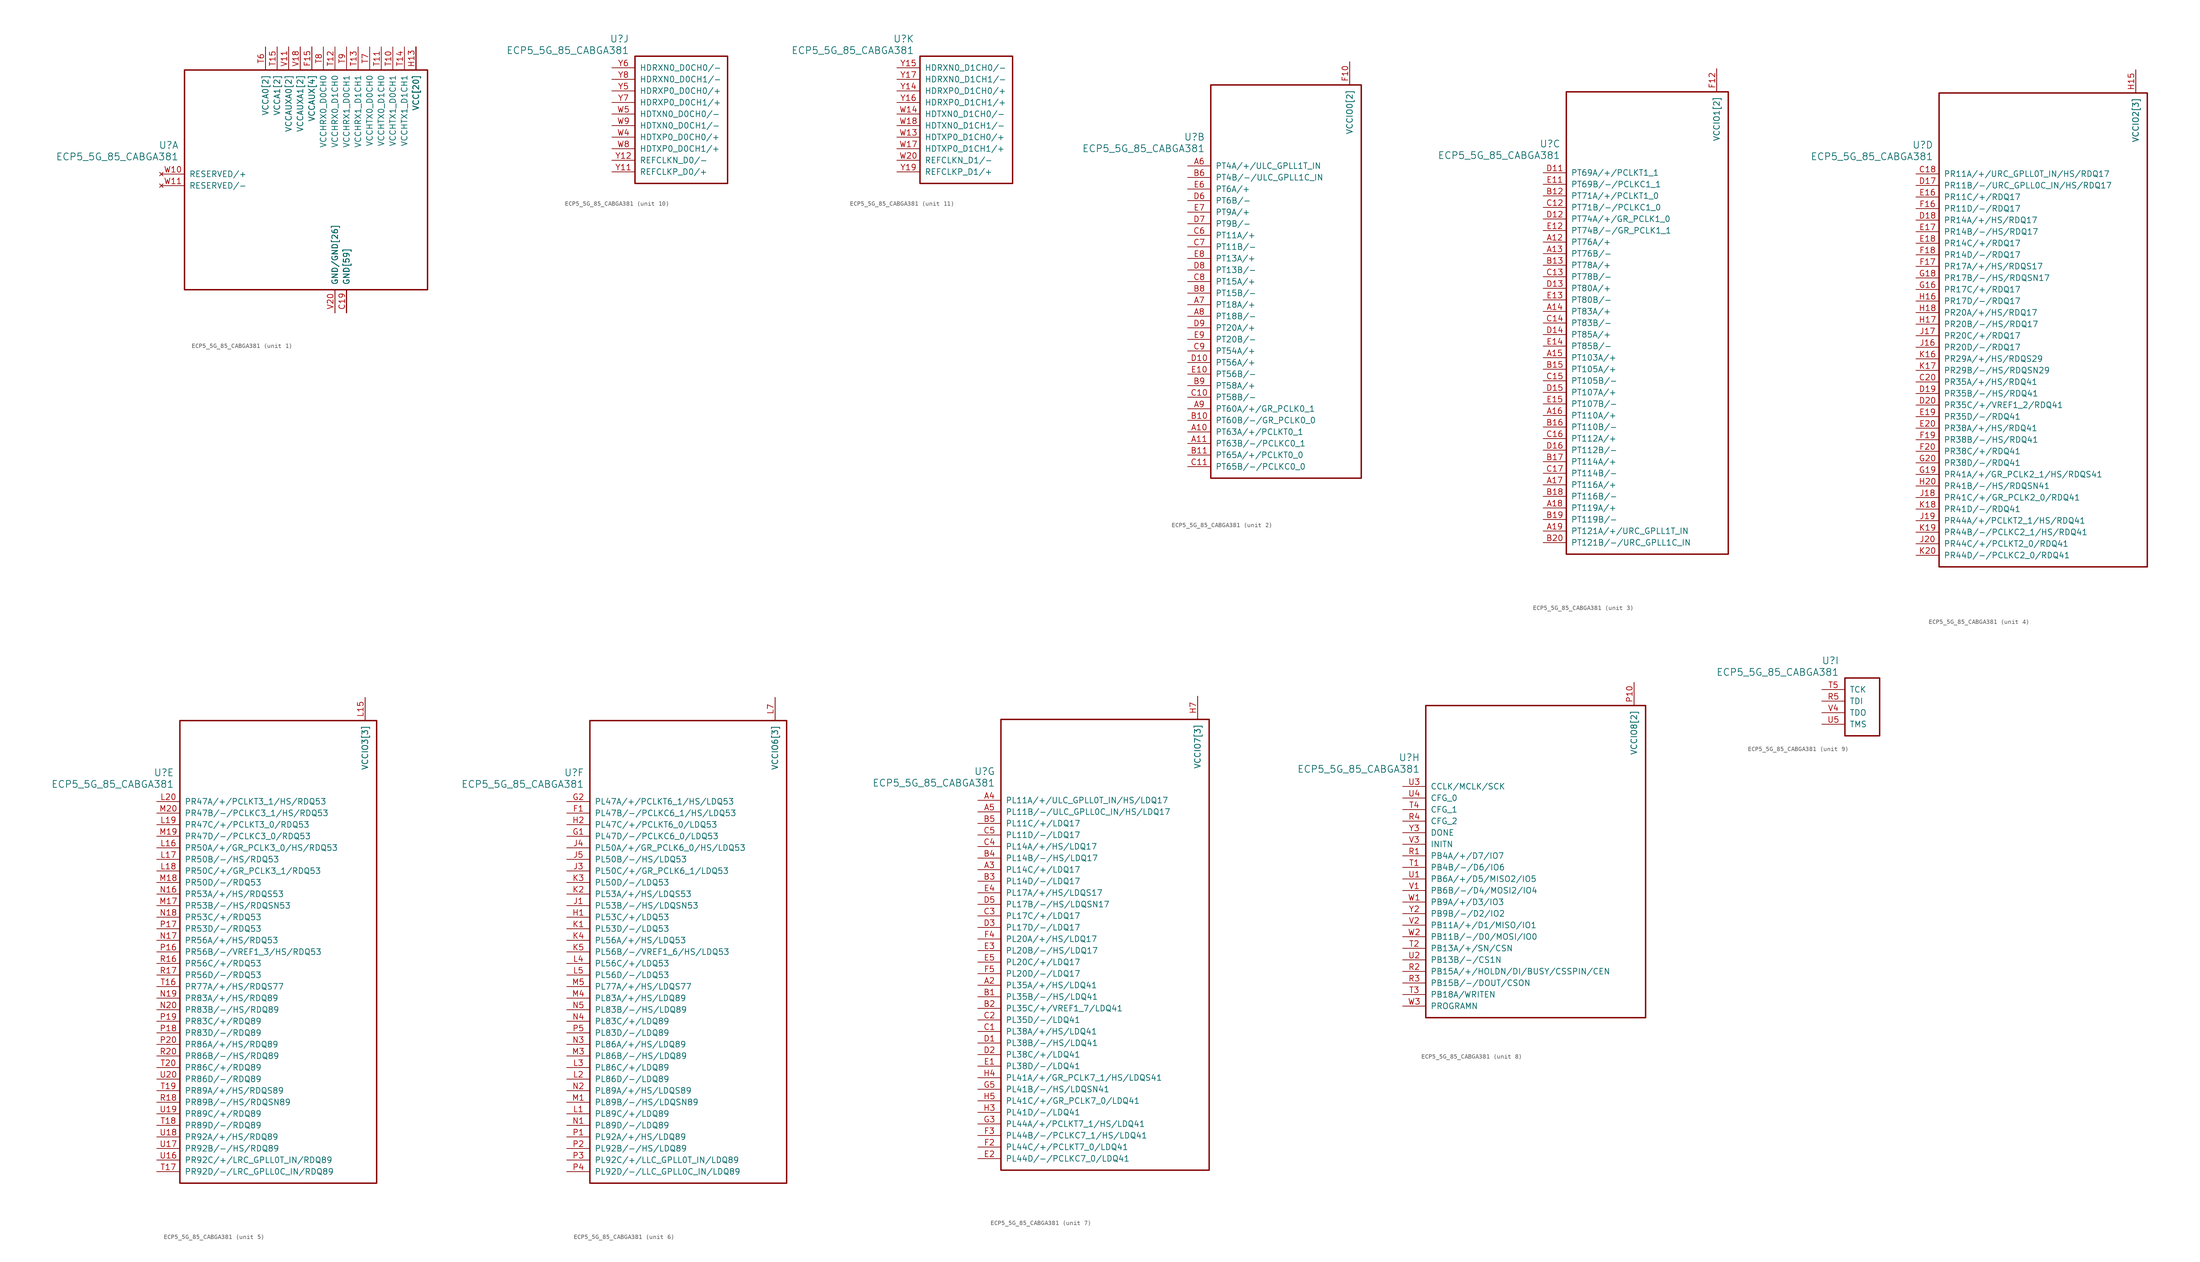
<source format=kicad_sym>
(kicad_symbol_lib
  (version 20231120)
  (generator "kicad_symbol_editor")
  (generator_version "8.0")
  (symbol "ECP5_5G_85_CABGA381"
    (pin_names
      (offset 1.016))
    (property "Reference" "U"
      (at 3.81 6.35 0)
      (effects (font (size 1.524 1.524)) (justify right)))
    (property "Value" "ECP5_5G_85_CABGA381"
      (at 3.81 3.81 0)
      (effects (font (size 1.524 1.524)) (justify right)))
    (property "ki_locked" ""
      (at 0 0 0)
      (effects (font (size 1.27 1.27))))
    (symbol "ECP5_5G_85_CABGA381_1_1"
      (rectangle (start 5.08 22.86) (end 58.42 -25.4) (stroke (width 0.305) (type default)) (fill (type none)))
      (pin power_in line (at 40.64 -30.48 90) (length 5.08) (name "GND[59]" (effects (font (size 1.27 1.27)))) (number "B14" (effects (font (size 0 0)))))
      (pin power_in line (at 40.64 -30.48 90) (length 5.08) (name "GND[59]" (effects (font (size 1.27 1.27)))) (number "B7" (effects (font (size 0 0)))))
      (pin power_in line (at 40.64 -30.48 90) (length 5.08) (name "GND[59]" (effects (font (size 1.27 1.27)))) (number "C19" (effects (font (size 1.27 1.27)))))
      (pin power_in line (at 40.64 -30.48 90) (length 5.08) (name "GND[59]" (effects (font (size 1.27 1.27)))) (number "D4" (effects (font (size 0 0)))))
      (pin power_in line (at 40.64 -30.48 90) (length 5.08) (name "GND[59]" (effects (font (size 1.27 1.27)))) (number "F13" (effects (font (size 0 0)))))
      (pin power_in line (at 40.64 -30.48 90) (length 5.08) (name "GND[59]" (effects (font (size 1.27 1.27)))) (number "F14" (effects (font (size 0 0)))))
      (pin power_in line (at 33.02 27.94 270) (length 5.08) (name "VCCAUX[4]" (effects (font (size 1.27 1.27)))) (number "F15" (effects (font (size 1.27 1.27)))))
      (pin power_in line (at 33.02 27.94 270) (length 5.08) (name "VCCAUX[4]" (effects (font (size 1.27 1.27)))) (number "F6" (effects (font (size 0 0)))))
      (pin power_in line (at 40.64 -30.48 90) (length 5.08) (name "GND[59]" (effects (font (size 1.27 1.27)))) (number "F7" (effects (font (size 0 0)))))
      (pin power_in line (at 40.64 -30.48 90) (length 5.08) (name "GND[59]" (effects (font (size 1.27 1.27)))) (number "F8" (effects (font (size 0 0)))))
      (pin power_in line (at 40.64 -30.48 90) (length 5.08) (name "GND[59]" (effects (font (size 1.27 1.27)))) (number "G10" (effects (font (size 0 0)))))
      (pin power_in line (at 40.64 -30.48 90) (length 5.08) (name "GND[59]" (effects (font (size 1.27 1.27)))) (number "G11" (effects (font (size 0 0)))))
      (pin power_in line (at 40.64 -30.48 90) (length 5.08) (name "GND[59]" (effects (font (size 1.27 1.27)))) (number "G12" (effects (font (size 0 0)))))
      (pin power_in line (at 40.64 -30.48 90) (length 5.08) (name "GND[59]" (effects (font (size 1.27 1.27)))) (number "G13" (effects (font (size 0 0)))))
      (pin power_in line (at 40.64 -30.48 90) (length 5.08) (name "GND[59]" (effects (font (size 1.27 1.27)))) (number "G14" (effects (font (size 0 0)))))
      (pin power_in line (at 40.64 -30.48 90) (length 5.08) (name "GND[59]" (effects (font (size 1.27 1.27)))) (number "G15" (effects (font (size 0 0)))))
      (pin power_in line (at 40.64 -30.48 90) (length 5.08) (name "GND[59]" (effects (font (size 1.27 1.27)))) (number "G17" (effects (font (size 0 0)))))
      (pin power_in line (at 40.64 -30.48 90) (length 5.08) (name "GND[59]" (effects (font (size 1.27 1.27)))) (number "G4" (effects (font (size 0 0)))))
      (pin power_in line (at 40.64 -30.48 90) (length 5.08) (name "GND[59]" (effects (font (size 1.27 1.27)))) (number "G6" (effects (font (size 0 0)))))
      (pin power_in line (at 40.64 -30.48 90) (length 5.08) (name "GND[59]" (effects (font (size 1.27 1.27)))) (number "G7" (effects (font (size 0 0)))))
      (pin power_in line (at 40.64 -30.48 90) (length 5.08) (name "GND[59]" (effects (font (size 1.27 1.27)))) (number "G8" (effects (font (size 0 0)))))
      (pin power_in line (at 40.64 -30.48 90) (length 5.08) (name "GND[59]" (effects (font (size 1.27 1.27)))) (number "G9" (effects (font (size 0 0)))))
      (pin power_in line (at 55.88 27.94 270) (length 5.08) (name "VCC[20]" (effects (font (size 1.27 1.27)))) (number "H10" (effects (font (size 0 0)))))
      (pin power_in line (at 55.88 27.94 270) (length 5.08) (name "VCC[20]" (effects (font (size 1.27 1.27)))) (number "H11" (effects (font (size 0 0)))))
      (pin power_in line (at 55.88 27.94 270) (length 5.08) (name "VCC[20]" (effects (font (size 1.27 1.27)))) (number "H12" (effects (font (size 0 0)))))
      (pin power_in line (at 55.88 27.94 270) (length 5.08) (name "VCC[20]" (effects (font (size 1.27 1.27)))) (number "H13" (effects (font (size 1.27 1.27)))))
      (pin power_in line (at 40.64 -30.48 90) (length 5.08) (name "GND[59]" (effects (font (size 1.27 1.27)))) (number "H19" (effects (font (size 0 0)))))
      (pin power_in line (at 55.88 27.94 270) (length 5.08) (name "VCC[20]" (effects (font (size 1.27 1.27)))) (number "H8" (effects (font (size 0 0)))))
      (pin power_in line (at 55.88 27.94 270) (length 5.08) (name "VCC[20]" (effects (font (size 1.27 1.27)))) (number "H9" (effects (font (size 0 0)))))
      (pin power_in line (at 40.64 -30.48 90) (length 5.08) (name "GND[59]" (effects (font (size 1.27 1.27)))) (number "J10" (effects (font (size 0 0)))))
      (pin power_in line (at 40.64 -30.48 90) (length 5.08) (name "GND[59]" (effects (font (size 1.27 1.27)))) (number "J11" (effects (font (size 0 0)))))
      (pin power_in line (at 40.64 -30.48 90) (length 5.08) (name "GND[59]" (effects (font (size 1.27 1.27)))) (number "J12" (effects (font (size 0 0)))))
      (pin power_in line (at 55.88 27.94 270) (length 5.08) (name "VCC[20]" (effects (font (size 1.27 1.27)))) (number "J13" (effects (font (size 0 0)))))
      (pin power_in line (at 40.64 -30.48 90) (length 5.08) (name "GND[59]" (effects (font (size 1.27 1.27)))) (number "J14" (effects (font (size 0 0)))))
      (pin power_in line (at 40.64 -30.48 90) (length 5.08) (name "GND[59]" (effects (font (size 1.27 1.27)))) (number "J2" (effects (font (size 0 0)))))
      (pin power_in line (at 40.64 -30.48 90) (length 5.08) (name "GND[59]" (effects (font (size 1.27 1.27)))) (number "J7" (effects (font (size 0 0)))))
      (pin power_in line (at 55.88 27.94 270) (length 5.08) (name "VCC[20]" (effects (font (size 1.27 1.27)))) (number "J8" (effects (font (size 0 0)))))
      (pin power_in line (at 40.64 -30.48 90) (length 5.08) (name "GND[59]" (effects (font (size 1.27 1.27)))) (number "J9" (effects (font (size 0 0)))))
      (pin power_in line (at 40.64 -30.48 90) (length 5.08) (name "GND[59]" (effects (font (size 1.27 1.27)))) (number "K10" (effects (font (size 0 0)))))
      (pin power_in line (at 40.64 -30.48 90) (length 5.08) (name "GND[59]" (effects (font (size 1.27 1.27)))) (number "K11" (effects (font (size 0 0)))))
      (pin power_in line (at 40.64 -30.48 90) (length 5.08) (name "GND[59]" (effects (font (size 1.27 1.27)))) (number "K12" (effects (font (size 0 0)))))
      (pin power_in line (at 55.88 27.94 270) (length 5.08) (name "VCC[20]" (effects (font (size 1.27 1.27)))) (number "K13" (effects (font (size 0 0)))))
      (pin power_in line (at 40.64 -30.48 90) (length 5.08) (name "GND[59]" (effects (font (size 1.27 1.27)))) (number "K14" (effects (font (size 0 0)))))
      (pin power_in line (at 40.64 -30.48 90) (length 5.08) (name "GND[59]" (effects (font (size 1.27 1.27)))) (number "K15" (effects (font (size 0 0)))))
      (pin power_in line (at 40.64 -30.48 90) (length 5.08) (name "GND[59]" (effects (font (size 1.27 1.27)))) (number "K6" (effects (font (size 0 0)))))
      (pin power_in line (at 40.64 -30.48 90) (length 5.08) (name "GND[59]" (effects (font (size 1.27 1.27)))) (number "K7" (effects (font (size 0 0)))))
      (pin power_in line (at 55.88 27.94 270) (length 5.08) (name "VCC[20]" (effects (font (size 1.27 1.27)))) (number "K8" (effects (font (size 0 0)))))
      (pin power_in line (at 40.64 -30.48 90) (length 5.08) (name "GND[59]" (effects (font (size 1.27 1.27)))) (number "K9" (effects (font (size 0 0)))))
      (pin power_in line (at 40.64 -30.48 90) (length 5.08) (name "GND[59]" (effects (font (size 1.27 1.27)))) (number "L10" (effects (font (size 0 0)))))
      (pin power_in line (at 40.64 -30.48 90) (length 5.08) (name "GND[59]" (effects (font (size 1.27 1.27)))) (number "L11" (effects (font (size 0 0)))))
      (pin power_in line (at 40.64 -30.48 90) (length 5.08) (name "GND[59]" (effects (font (size 1.27 1.27)))) (number "L12" (effects (font (size 0 0)))))
      (pin power_in line (at 55.88 27.94 270) (length 5.08) (name "VCC[20]" (effects (font (size 1.27 1.27)))) (number "L13" (effects (font (size 0 0)))))
      (pin power_in line (at 55.88 27.94 270) (length 5.08) (name "VCC[20]" (effects (font (size 1.27 1.27)))) (number "L8" (effects (font (size 0 0)))))
      (pin power_in line (at 40.64 -30.48 90) (length 5.08) (name "GND[59]" (effects (font (size 1.27 1.27)))) (number "L9" (effects (font (size 0 0)))))
      (pin power_in line (at 40.64 -30.48 90) (length 5.08) (name "GND[59]" (effects (font (size 1.27 1.27)))) (number "M10" (effects (font (size 0 0)))))
      (pin power_in line (at 40.64 -30.48 90) (length 5.08) (name "GND[59]" (effects (font (size 1.27 1.27)))) (number "M11" (effects (font (size 0 0)))))
      (pin power_in line (at 40.64 -30.48 90) (length 5.08) (name "GND[59]" (effects (font (size 1.27 1.27)))) (number "M12" (effects (font (size 0 0)))))
      (pin power_in line (at 55.88 27.94 270) (length 5.08) (name "VCC[20]" (effects (font (size 1.27 1.27)))) (number "M13" (effects (font (size 0 0)))))
      (pin power_in line (at 40.64 -30.48 90) (length 5.08) (name "GND[59]" (effects (font (size 1.27 1.27)))) (number "M14" (effects (font (size 0 0)))))
      (pin power_in line (at 40.64 -30.48 90) (length 5.08) (name "GND[59]" (effects (font (size 1.27 1.27)))) (number "M16" (effects (font (size 0 0)))))
      (pin power_in line (at 40.64 -30.48 90) (length 5.08) (name "GND[59]" (effects (font (size 1.27 1.27)))) (number "M2" (effects (font (size 0 0)))))
      (pin power_in line (at 40.64 -30.48 90) (length 5.08) (name "GND[59]" (effects (font (size 1.27 1.27)))) (number "M7" (effects (font (size 0 0)))))
      (pin power_in line (at 55.88 27.94 270) (length 5.08) (name "VCC[20]" (effects (font (size 1.27 1.27)))) (number "M8" (effects (font (size 0 0)))))
      (pin power_in line (at 40.64 -30.48 90) (length 5.08) (name "GND[59]" (effects (font (size 1.27 1.27)))) (number "M9" (effects (font (size 0 0)))))
      (pin power_in line (at 55.88 27.94 270) (length 5.08) (name "VCC[20]" (effects (font (size 1.27 1.27)))) (number "N10" (effects (font (size 0 0)))))
      (pin power_in line (at 55.88 27.94 270) (length 5.08) (name "VCC[20]" (effects (font (size 1.27 1.27)))) (number "N11" (effects (font (size 0 0)))))
      (pin power_in line (at 55.88 27.94 270) (length 5.08) (name "VCC[20]" (effects (font (size 1.27 1.27)))) (number "N12" (effects (font (size 0 0)))))
      (pin power_in line (at 55.88 27.94 270) (length 5.08) (name "VCC[20]" (effects (font (size 1.27 1.27)))) (number "N13" (effects (font (size 0 0)))))
      (pin power_in line (at 40.64 -30.48 90) (length 5.08) (name "GND[59]" (effects (font (size 1.27 1.27)))) (number "N14" (effects (font (size 0 0)))))
      (pin power_in line (at 40.64 -30.48 90) (length 5.08) (name "GND[59]" (effects (font (size 1.27 1.27)))) (number "N15" (effects (font (size 0 0)))))
      (pin power_in line (at 40.64 -30.48 90) (length 5.08) (name "GND[59]" (effects (font (size 1.27 1.27)))) (number "N6" (effects (font (size 0 0)))))
      (pin power_in line (at 40.64 -30.48 90) (length 5.08) (name "GND[59]" (effects (font (size 1.27 1.27)))) (number "N7" (effects (font (size 0 0)))))
      (pin power_in line (at 55.88 27.94 270) (length 5.08) (name "VCC[20]" (effects (font (size 1.27 1.27)))) (number "N8" (effects (font (size 0 0)))))
      (pin power_in line (at 55.88 27.94 270) (length 5.08) (name "VCC[20]" (effects (font (size 1.27 1.27)))) (number "N9" (effects (font (size 0 0)))))
      (pin power_in line (at 40.64 -30.48 90) (length 5.08) (name "GND[59]" (effects (font (size 1.27 1.27)))) (number "P11" (effects (font (size 0 0)))))
      (pin power_in line (at 40.64 -30.48 90) (length 5.08) (name "GND[59]" (effects (font (size 1.27 1.27)))) (number "P12" (effects (font (size 0 0)))))
      (pin power_in line (at 40.64 -30.48 90) (length 5.08) (name "GND[59]" (effects (font (size 1.27 1.27)))) (number "P13" (effects (font (size 0 0)))))
      (pin power_in line (at 40.64 -30.48 90) (length 5.08) (name "GND[59]" (effects (font (size 1.27 1.27)))) (number "P14" (effects (font (size 0 0)))))
      (pin power_in line (at 33.02 27.94 270) (length 5.08) (name "VCCAUX[4]" (effects (font (size 1.27 1.27)))) (number "P15" (effects (font (size 0 0)))))
      (pin power_in line (at 33.02 27.94 270) (length 5.08) (name "VCCAUX[4]" (effects (font (size 1.27 1.27)))) (number "P6" (effects (font (size 0 0)))))
      (pin power_in line (at 40.64 -30.48 90) (length 5.08) (name "GND[59]" (effects (font (size 1.27 1.27)))) (number "P7" (effects (font (size 0 0)))))
      (pin power_in line (at 40.64 -30.48 90) (length 5.08) (name "GND[59]" (effects (font (size 1.27 1.27)))) (number "P8" (effects (font (size 0 0)))))
      (pin power_in line (at 40.64 -30.48 90) (length 5.08) (name "GND[59]" (effects (font (size 1.27 1.27)))) (number "R19" (effects (font (size 0 0)))))
      (pin power_in line (at 50.8 27.94 270) (length 5.08) (name "VCCHTX1_D0CH1" (effects (font (size 1.27 1.27)))) (number "T10" (effects (font (size 1.27 1.27)))))
      (pin power_in line (at 48.26 27.94 270) (length 5.08) (name "VCCHTX0_D1CH0" (effects (font (size 1.27 1.27)))) (number "T11" (effects (font (size 1.27 1.27)))))
      (pin power_in line (at 38.1 27.94 270) (length 5.08) (name "VCCHRX0_D1CH0" (effects (font (size 1.27 1.27)))) (number "T12" (effects (font (size 1.27 1.27)))))
      (pin power_in line (at 43.18 27.94 270) (length 5.08) (name "VCCHRX1_D1CH1" (effects (font (size 1.27 1.27)))) (number "T13" (effects (font (size 1.27 1.27)))))
      (pin power_in line (at 53.34 27.94 270) (length 5.08) (name "VCCHTX1_D1CH1" (effects (font (size 1.27 1.27)))) (number "T14" (effects (font (size 1.27 1.27)))))
      (pin power_in line (at 25.4 27.94 270) (length 5.08) (name "VCCA1[2]" (effects (font (size 1.27 1.27)))) (number "T15" (effects (font (size 1.27 1.27)))))
      (pin power_in line (at 22.86 27.94 270) (length 5.08) (name "VCCA0[2]" (effects (font (size 1.27 1.27)))) (number "T6" (effects (font (size 1.27 1.27)))))
      (pin power_in line (at 45.72 27.94 270) (length 5.08) (name "VCCHTX0_D0CH0" (effects (font (size 1.27 1.27)))) (number "T7" (effects (font (size 1.27 1.27)))))
      (pin power_in line (at 35.56 27.94 270) (length 5.08) (name "VCCHRX0_D0CH0" (effects (font (size 1.27 1.27)))) (number "T8" (effects (font (size 1.27 1.27)))))
      (pin power_in line (at 40.64 27.94 270) (length 5.08) (name "VCCHRX1_D0CH1" (effects (font (size 1.27 1.27)))) (number "T9" (effects (font (size 1.27 1.27)))))
      (pin power_in line (at 38.1 -30.48 90) (length 5.08) (name "GND/GND[26]" (effects (font (size 1.27 1.27)))) (number "U10" (effects (font (size 0 0)))))
      (pin power_in line (at 38.1 -30.48 90) (length 5.08) (name "GND/GND[26]" (effects (font (size 1.27 1.27)))) (number "U11" (effects (font (size 0 0)))))
      (pin power_in line (at 38.1 -30.48 90) (length 5.08) (name "GND/GND[26]" (effects (font (size 1.27 1.27)))) (number "U12" (effects (font (size 0 0)))))
      (pin power_in line (at 38.1 -30.48 90) (length 5.08) (name "GND/GND[26]" (effects (font (size 1.27 1.27)))) (number "U13" (effects (font (size 0 0)))))
      (pin power_in line (at 38.1 -30.48 90) (length 5.08) (name "GND/GND[26]" (effects (font (size 1.27 1.27)))) (number "U14" (effects (font (size 0 0)))))
      (pin power_in line (at 25.4 27.94 270) (length 5.08) (name "VCCA1[2]" (effects (font (size 1.27 1.27)))) (number "U15" (effects (font (size 0 0)))))
      (pin power_in line (at 22.86 27.94 270) (length 5.08) (name "VCCA0[2]" (effects (font (size 1.27 1.27)))) (number "U6" (effects (font (size 0 0)))))
      (pin power_in line (at 38.1 -30.48 90) (length 5.08) (name "GND/GND[26]" (effects (font (size 1.27 1.27)))) (number "U7" (effects (font (size 0 0)))))
      (pin power_in line (at 38.1 -30.48 90) (length 5.08) (name "GND/GND[26]" (effects (font (size 1.27 1.27)))) (number "U8" (effects (font (size 0 0)))))
      (pin power_in line (at 38.1 -30.48 90) (length 5.08) (name "GND/GND[26]" (effects (font (size 1.27 1.27)))) (number "U9" (effects (font (size 0 0)))))
      (pin power_in line (at 27.94 27.94 270) (length 5.08) (name "VCCAUXA0[2]" (effects (font (size 1.27 1.27)))) (number "V10" (effects (font (size 0 0)))))
      (pin power_in line (at 27.94 27.94 270) (length 5.08) (name "VCCAUXA0[2]" (effects (font (size 1.27 1.27)))) (number "V11" (effects (font (size 1.27 1.27)))))
      (pin power_in line (at 38.1 -30.48 90) (length 5.08) (name "GND/GND[26]" (effects (font (size 1.27 1.27)))) (number "V12" (effects (font (size 0 0)))))
      (pin power_in line (at 38.1 -30.48 90) (length 5.08) (name "GND/GND[26]" (effects (font (size 1.27 1.27)))) (number "V13" (effects (font (size 0 0)))))
      (pin power_in line (at 38.1 -30.48 90) (length 5.08) (name "GND/GND[26]" (effects (font (size 1.27 1.27)))) (number "V14" (effects (font (size 0 0)))))
      (pin power_in line (at 38.1 -30.48 90) (length 5.08) (name "GND/GND[26]" (effects (font (size 1.27 1.27)))) (number "V15" (effects (font (size 0 0)))))
      (pin power_in line (at 38.1 -30.48 90) (length 5.08) (name "GND/GND[26]" (effects (font (size 1.27 1.27)))) (number "V16" (effects (font (size 0 0)))))
      (pin power_in line (at 30.48 27.94 270) (length 5.08) (name "VCCAUXA1[2]" (effects (font (size 1.27 1.27)))) (number "V17" (effects (font (size 0 0)))))
      (pin power_in line (at 30.48 27.94 270) (length 5.08) (name "VCCAUXA1[2]" (effects (font (size 1.27 1.27)))) (number "V18" (effects (font (size 1.27 1.27)))))
      (pin power_in line (at 38.1 -30.48 90) (length 5.08) (name "GND/GND[26]" (effects (font (size 1.27 1.27)))) (number "V19" (effects (font (size 0 0)))))
      (pin power_in line (at 38.1 -30.48 90) (length 5.08) (name "GND/GND[26]" (effects (font (size 1.27 1.27)))) (number "V20" (effects (font (size 1.27 1.27)))))
      (pin power_in line (at 38.1 -30.48 90) (length 5.08) (name "GND/GND[26]" (effects (font (size 1.27 1.27)))) (number "V5" (effects (font (size 0 0)))))
      (pin power_in line (at 38.1 -30.48 90) (length 5.08) (name "GND/GND[26]" (effects (font (size 1.27 1.27)))) (number "V6" (effects (font (size 0 0)))))
      (pin power_in line (at 38.1 -30.48 90) (length 5.08) (name "GND/GND[26]" (effects (font (size 1.27 1.27)))) (number "V7" (effects (font (size 0 0)))))
      (pin power_in line (at 38.1 -30.48 90) (length 5.08) (name "GND/GND[26]" (effects (font (size 1.27 1.27)))) (number "V8" (effects (font (size 0 0)))))
      (pin power_in line (at 38.1 -30.48 90) (length 5.08) (name "GND/GND[26]" (effects (font (size 1.27 1.27)))) (number "V9" (effects (font (size 0 0)))))
      (pin no_connect line (at 0 0 0) (length 5.08) (name "RESERVED/+" (effects (font (size 1.27 1.27)))) (number "W10" (effects (font (size 1.27 1.27)))))
      (pin no_connect line (at 0 -2.54 0) (length 5.08) (name "RESERVED/-" (effects (font (size 1.27 1.27)))) (number "W11" (effects (font (size 1.27 1.27)))))
      (pin power_in line (at 38.1 -30.48 90) (length 5.08) (name "GND/GND[26]" (effects (font (size 1.27 1.27)))) (number "W12" (effects (font (size 0 0)))))
      (pin power_in line (at 38.1 -30.48 90) (length 5.08) (name "GND/GND[26]" (effects (font (size 1.27 1.27)))) (number "W15" (effects (font (size 0 0)))))
      (pin power_in line (at 38.1 -30.48 90) (length 5.08) (name "GND/GND[26]" (effects (font (size 1.27 1.27)))) (number "W16" (effects (font (size 0 0)))))
      (pin power_in line (at 38.1 -30.48 90) (length 5.08) (name "GND/GND[26]" (effects (font (size 1.27 1.27)))) (number "W19" (effects (font (size 0 0)))))
      (pin power_in line (at 38.1 -30.48 90) (length 5.08) (name "GND/GND[26]" (effects (font (size 1.27 1.27)))) (number "W6" (effects (font (size 0 0)))))
      (pin power_in line (at 38.1 -30.48 90) (length 5.08) (name "GND/GND[26]" (effects (font (size 1.27 1.27)))) (number "W7" (effects (font (size 0 0))))))
    (symbol "ECP5_5G_85_CABGA381_2_1"
      (rectangle (start 5.08 17.78) (end 38.1 -68.58) (stroke (width 0.305) (type default)) (fill (type none)))
      (pin bidirectional line (at 0 -58.42 0) (length 5.08) (name "PT63A/+/PCLKT0_1" (effects (font (size 1.27 1.27)))) (number "A10" (effects (font (size 1.27 1.27)))))
      (pin bidirectional line (at 0 -60.96 0) (length 5.08) (name "PT63B/-/PCLKC0_1" (effects (font (size 1.27 1.27)))) (number "A11" (effects (font (size 1.27 1.27)))))
      (pin bidirectional line (at 0 0 0) (length 5.08) (name "PT4A/+/ULC_GPLL1T_IN" (effects (font (size 1.27 1.27)))) (number "A6" (effects (font (size 1.27 1.27)))))
      (pin bidirectional line (at 0 -30.48 0) (length 5.08) (name "PT18A/+" (effects (font (size 1.27 1.27)))) (number "A7" (effects (font (size 1.27 1.27)))))
      (pin bidirectional line (at 0 -33.02 0) (length 5.08) (name "PT18B/-" (effects (font (size 1.27 1.27)))) (number "A8" (effects (font (size 1.27 1.27)))))
      (pin bidirectional line (at 0 -53.34 0) (length 5.08) (name "PT60A/+/GR_PCLK0_1" (effects (font (size 1.27 1.27)))) (number "A9" (effects (font (size 1.27 1.27)))))
      (pin bidirectional line (at 0 -55.88 0) (length 5.08) (name "PT60B/-/GR_PCLK0_0" (effects (font (size 1.27 1.27)))) (number "B10" (effects (font (size 1.27 1.27)))))
      (pin bidirectional line (at 0 -63.5 0) (length 5.08) (name "PT65A/+/PCLKT0_0" (effects (font (size 1.27 1.27)))) (number "B11" (effects (font (size 1.27 1.27)))))
      (pin bidirectional line (at 0 -2.54 0) (length 5.08) (name "PT4B/-/ULC_GPLL1C_IN" (effects (font (size 1.27 1.27)))) (number "B6" (effects (font (size 1.27 1.27)))))
      (pin bidirectional line (at 0 -27.94 0) (length 5.08) (name "PT15B/-" (effects (font (size 1.27 1.27)))) (number "B8" (effects (font (size 1.27 1.27)))))
      (pin bidirectional line (at 0 -48.26 0) (length 5.08) (name "PT58A/+" (effects (font (size 1.27 1.27)))) (number "B9" (effects (font (size 1.27 1.27)))))
      (pin bidirectional line (at 0 -50.8 0) (length 5.08) (name "PT58B/-" (effects (font (size 1.27 1.27)))) (number "C10" (effects (font (size 1.27 1.27)))))
      (pin bidirectional line (at 0 -66.04 0) (length 5.08) (name "PT65B/-/PCLKC0_0" (effects (font (size 1.27 1.27)))) (number "C11" (effects (font (size 1.27 1.27)))))
      (pin bidirectional line (at 0 -15.24 0) (length 5.08) (name "PT11A/+" (effects (font (size 1.27 1.27)))) (number "C6" (effects (font (size 1.27 1.27)))))
      (pin bidirectional line (at 0 -17.78 0) (length 5.08) (name "PT11B/-" (effects (font (size 1.27 1.27)))) (number "C7" (effects (font (size 1.27 1.27)))))
      (pin bidirectional line (at 0 -25.4 0) (length 5.08) (name "PT15A/+" (effects (font (size 1.27 1.27)))) (number "C8" (effects (font (size 1.27 1.27)))))
      (pin bidirectional line (at 0 -40.64 0) (length 5.08) (name "PT54A/+" (effects (font (size 1.27 1.27)))) (number "C9" (effects (font (size 1.27 1.27)))))
      (pin bidirectional line (at 0 -43.18 0) (length 5.08) (name "PT56A/+" (effects (font (size 1.27 1.27)))) (number "D10" (effects (font (size 1.27 1.27)))))
      (pin bidirectional line (at 0 -7.62 0) (length 5.08) (name "PT6B/-" (effects (font (size 1.27 1.27)))) (number "D6" (effects (font (size 1.27 1.27)))))
      (pin bidirectional line (at 0 -12.7 0) (length 5.08) (name "PT9B/-" (effects (font (size 1.27 1.27)))) (number "D7" (effects (font (size 1.27 1.27)))))
      (pin bidirectional line (at 0 -22.86 0) (length 5.08) (name "PT13B/-" (effects (font (size 1.27 1.27)))) (number "D8" (effects (font (size 1.27 1.27)))))
      (pin bidirectional line (at 0 -35.56 0) (length 5.08) (name "PT20A/+" (effects (font (size 1.27 1.27)))) (number "D9" (effects (font (size 1.27 1.27)))))
      (pin bidirectional line (at 0 -45.72 0) (length 5.08) (name "PT56B/-" (effects (font (size 1.27 1.27)))) (number "E10" (effects (font (size 1.27 1.27)))))
      (pin bidirectional line (at 0 -5.08 0) (length 5.08) (name "PT6A/+" (effects (font (size 1.27 1.27)))) (number "E6" (effects (font (size 1.27 1.27)))))
      (pin bidirectional line (at 0 -10.16 0) (length 5.08) (name "PT9A/+" (effects (font (size 1.27 1.27)))) (number "E7" (effects (font (size 1.27 1.27)))))
      (pin bidirectional line (at 0 -20.32 0) (length 5.08) (name "PT13A/+" (effects (font (size 1.27 1.27)))) (number "E8" (effects (font (size 1.27 1.27)))))
      (pin bidirectional line (at 0 -38.1 0) (length 5.08) (name "PT20B/-" (effects (font (size 1.27 1.27)))) (number "E9" (effects (font (size 1.27 1.27)))))
      (pin power_in line (at 35.56 22.86 270) (length 5.08) (name "VCCIO0[2]" (effects (font (size 1.27 1.27)))) (number "F10" (effects (font (size 1.27 1.27)))))
      (pin power_in line (at 35.56 22.86 270) (length 5.08) (name "VCCIO0[2]" (effects (font (size 1.27 1.27)))) (number "F9" (effects (font (size 0 0))))))
    (symbol "ECP5_5G_85_CABGA381_3_1"
      (rectangle (start 5.08 17.78) (end 40.64 -83.82) (stroke (width 0.305) (type default)) (fill (type none)))
      (pin bidirectional line (at 0 -15.24 0) (length 5.08) (name "PT76A/+" (effects (font (size 1.27 1.27)))) (number "A12" (effects (font (size 1.27 1.27)))))
      (pin bidirectional line (at 0 -17.78 0) (length 5.08) (name "PT76B/-" (effects (font (size 1.27 1.27)))) (number "A13" (effects (font (size 1.27 1.27)))))
      (pin bidirectional line (at 0 -30.48 0) (length 5.08) (name "PT83A/+" (effects (font (size 1.27 1.27)))) (number "A14" (effects (font (size 1.27 1.27)))))
      (pin bidirectional line (at 0 -40.64 0) (length 5.08) (name "PT103A/+" (effects (font (size 1.27 1.27)))) (number "A15" (effects (font (size 1.27 1.27)))))
      (pin bidirectional line (at 0 -53.34 0) (length 5.08) (name "PT110A/+" (effects (font (size 1.27 1.27)))) (number "A16" (effects (font (size 1.27 1.27)))))
      (pin bidirectional line (at 0 -68.58 0) (length 5.08) (name "PT116A/+" (effects (font (size 1.27 1.27)))) (number "A17" (effects (font (size 1.27 1.27)))))
      (pin bidirectional line (at 0 -73.66 0) (length 5.08) (name "PT119A/+" (effects (font (size 1.27 1.27)))) (number "A18" (effects (font (size 1.27 1.27)))))
      (pin bidirectional line (at 0 -78.74 0) (length 5.08) (name "PT121A/+/URC_GPLL1T_IN" (effects (font (size 1.27 1.27)))) (number "A19" (effects (font (size 1.27 1.27)))))
      (pin bidirectional line (at 0 -5.08 0) (length 5.08) (name "PT71A/+/PCLKT1_0" (effects (font (size 1.27 1.27)))) (number "B12" (effects (font (size 1.27 1.27)))))
      (pin bidirectional line (at 0 -20.32 0) (length 5.08) (name "PT78A/+" (effects (font (size 1.27 1.27)))) (number "B13" (effects (font (size 1.27 1.27)))))
      (pin bidirectional line (at 0 -43.18 0) (length 5.08) (name "PT105A/+" (effects (font (size 1.27 1.27)))) (number "B15" (effects (font (size 1.27 1.27)))))
      (pin bidirectional line (at 0 -55.88 0) (length 5.08) (name "PT110B/-" (effects (font (size 1.27 1.27)))) (number "B16" (effects (font (size 1.27 1.27)))))
      (pin bidirectional line (at 0 -63.5 0) (length 5.08) (name "PT114A/+" (effects (font (size 1.27 1.27)))) (number "B17" (effects (font (size 1.27 1.27)))))
      (pin bidirectional line (at 0 -71.12 0) (length 5.08) (name "PT116B/-" (effects (font (size 1.27 1.27)))) (number "B18" (effects (font (size 1.27 1.27)))))
      (pin bidirectional line (at 0 -76.2 0) (length 5.08) (name "PT119B/-" (effects (font (size 1.27 1.27)))) (number "B19" (effects (font (size 1.27 1.27)))))
      (pin bidirectional line (at 0 -81.28 0) (length 5.08) (name "PT121B/-/URC_GPLL1C_IN" (effects (font (size 1.27 1.27)))) (number "B20" (effects (font (size 1.27 1.27)))))
      (pin bidirectional line (at 0 -7.62 0) (length 5.08) (name "PT71B/-/PCLKC1_0" (effects (font (size 1.27 1.27)))) (number "C12" (effects (font (size 1.27 1.27)))))
      (pin bidirectional line (at 0 -22.86 0) (length 5.08) (name "PT78B/-" (effects (font (size 1.27 1.27)))) (number "C13" (effects (font (size 1.27 1.27)))))
      (pin bidirectional line (at 0 -33.02 0) (length 5.08) (name "PT83B/-" (effects (font (size 1.27 1.27)))) (number "C14" (effects (font (size 1.27 1.27)))))
      (pin bidirectional line (at 0 -45.72 0) (length 5.08) (name "PT105B/-" (effects (font (size 1.27 1.27)))) (number "C15" (effects (font (size 1.27 1.27)))))
      (pin bidirectional line (at 0 -58.42 0) (length 5.08) (name "PT112A/+" (effects (font (size 1.27 1.27)))) (number "C16" (effects (font (size 1.27 1.27)))))
      (pin bidirectional line (at 0 -66.04 0) (length 5.08) (name "PT114B/-" (effects (font (size 1.27 1.27)))) (number "C17" (effects (font (size 1.27 1.27)))))
      (pin bidirectional line (at 0 0 0) (length 5.08) (name "PT69A/+/PCLKT1_1" (effects (font (size 1.27 1.27)))) (number "D11" (effects (font (size 1.27 1.27)))))
      (pin bidirectional line (at 0 -10.16 0) (length 5.08) (name "PT74A/+/GR_PCLK1_0" (effects (font (size 1.27 1.27)))) (number "D12" (effects (font (size 1.27 1.27)))))
      (pin bidirectional line (at 0 -25.4 0) (length 5.08) (name "PT80A/+" (effects (font (size 1.27 1.27)))) (number "D13" (effects (font (size 1.27 1.27)))))
      (pin bidirectional line (at 0 -35.56 0) (length 5.08) (name "PT85A/+" (effects (font (size 1.27 1.27)))) (number "D14" (effects (font (size 1.27 1.27)))))
      (pin bidirectional line (at 0 -48.26 0) (length 5.08) (name "PT107A/+" (effects (font (size 1.27 1.27)))) (number "D15" (effects (font (size 1.27 1.27)))))
      (pin bidirectional line (at 0 -60.96 0) (length 5.08) (name "PT112B/-" (effects (font (size 1.27 1.27)))) (number "D16" (effects (font (size 1.27 1.27)))))
      (pin bidirectional line (at 0 -2.54 0) (length 5.08) (name "PT69B/-/PCLKC1_1" (effects (font (size 1.27 1.27)))) (number "E11" (effects (font (size 1.27 1.27)))))
      (pin bidirectional line (at 0 -12.7 0) (length 5.08) (name "PT74B/-/GR_PCLK1_1" (effects (font (size 1.27 1.27)))) (number "E12" (effects (font (size 1.27 1.27)))))
      (pin bidirectional line (at 0 -27.94 0) (length 5.08) (name "PT80B/-" (effects (font (size 1.27 1.27)))) (number "E13" (effects (font (size 1.27 1.27)))))
      (pin bidirectional line (at 0 -38.1 0) (length 5.08) (name "PT85B/-" (effects (font (size 1.27 1.27)))) (number "E14" (effects (font (size 1.27 1.27)))))
      (pin bidirectional line (at 0 -50.8 0) (length 5.08) (name "PT107B/-" (effects (font (size 1.27 1.27)))) (number "E15" (effects (font (size 1.27 1.27)))))
      (pin power_in line (at 38.1 22.86 270) (length 5.08) (name "VCCIO1[2]" (effects (font (size 1.27 1.27)))) (number "F11" (effects (font (size 0 0)))))
      (pin power_in line (at 38.1 22.86 270) (length 5.08) (name "VCCIO1[2]" (effects (font (size 1.27 1.27)))) (number "F12" (effects (font (size 1.27 1.27))))))
    (symbol "ECP5_5G_85_CABGA381_4_1"
      (rectangle (start 5.08 17.78) (end 50.8 -86.36) (stroke (width 0.305) (type default)) (fill (type none)))
      (pin bidirectional line (at 0 0 0) (length 5.08) (name "PR11A/+/URC_GPLL0T_IN/HS/RDQ17" (effects (font (size 1.27 1.27)))) (number "C18" (effects (font (size 1.27 1.27)))))
      (pin bidirectional line (at 0 -45.72 0) (length 5.08) (name "PR35A/+/HS/RDQ41" (effects (font (size 1.27 1.27)))) (number "C20" (effects (font (size 1.27 1.27)))))
      (pin bidirectional line (at 0 -2.54 0) (length 5.08) (name "PR11B/-/URC_GPLL0C_IN/HS/RDQ17" (effects (font (size 1.27 1.27)))) (number "D17" (effects (font (size 1.27 1.27)))))
      (pin bidirectional line (at 0 -10.16 0) (length 5.08) (name "PR14A/+/HS/RDQ17" (effects (font (size 1.27 1.27)))) (number "D18" (effects (font (size 1.27 1.27)))))
      (pin bidirectional line (at 0 -48.26 0) (length 5.08) (name "PR35B/-/HS/RDQ41" (effects (font (size 1.27 1.27)))) (number "D19" (effects (font (size 1.27 1.27)))))
      (pin bidirectional line (at 0 -50.8 0) (length 5.08) (name "PR35C/+/VREF1_2/RDQ41" (effects (font (size 1.27 1.27)))) (number "D20" (effects (font (size 1.27 1.27)))))
      (pin bidirectional line (at 0 -5.08 0) (length 5.08) (name "PR11C/+/RDQ17" (effects (font (size 1.27 1.27)))) (number "E16" (effects (font (size 1.27 1.27)))))
      (pin bidirectional line (at 0 -12.7 0) (length 5.08) (name "PR14B/-/HS/RDQ17" (effects (font (size 1.27 1.27)))) (number "E17" (effects (font (size 1.27 1.27)))))
      (pin bidirectional line (at 0 -15.24 0) (length 5.08) (name "PR14C/+/RDQ17" (effects (font (size 1.27 1.27)))) (number "E18" (effects (font (size 1.27 1.27)))))
      (pin bidirectional line (at 0 -53.34 0) (length 5.08) (name "PR35D/-/RDQ41" (effects (font (size 1.27 1.27)))) (number "E19" (effects (font (size 1.27 1.27)))))
      (pin bidirectional line (at 0 -55.88 0) (length 5.08) (name "PR38A/+/HS/RDQ41" (effects (font (size 1.27 1.27)))) (number "E20" (effects (font (size 1.27 1.27)))))
      (pin bidirectional line (at 0 -7.62 0) (length 5.08) (name "PR11D/-/RDQ17" (effects (font (size 1.27 1.27)))) (number "F16" (effects (font (size 1.27 1.27)))))
      (pin bidirectional line (at 0 -20.32 0) (length 5.08) (name "PR17A/+/HS/RDQS17" (effects (font (size 1.27 1.27)))) (number "F17" (effects (font (size 1.27 1.27)))))
      (pin bidirectional line (at 0 -17.78 0) (length 5.08) (name "PR14D/-/RDQ17" (effects (font (size 1.27 1.27)))) (number "F18" (effects (font (size 1.27 1.27)))))
      (pin bidirectional line (at 0 -58.42 0) (length 5.08) (name "PR38B/-/HS/RDQ41" (effects (font (size 1.27 1.27)))) (number "F19" (effects (font (size 1.27 1.27)))))
      (pin bidirectional line (at 0 -60.96 0) (length 5.08) (name "PR38C/+/RDQ41" (effects (font (size 1.27 1.27)))) (number "F20" (effects (font (size 1.27 1.27)))))
      (pin bidirectional line (at 0 -25.4 0) (length 5.08) (name "PR17C/+/RDQ17" (effects (font (size 1.27 1.27)))) (number "G16" (effects (font (size 1.27 1.27)))))
      (pin bidirectional line (at 0 -22.86 0) (length 5.08) (name "PR17B/-/HS/RDQSN17" (effects (font (size 1.27 1.27)))) (number "G18" (effects (font (size 1.27 1.27)))))
      (pin bidirectional line (at 0 -66.04 0) (length 5.08) (name "PR41A/+/GR_PCLK2_1/HS/RDQS41" (effects (font (size 1.27 1.27)))) (number "G19" (effects (font (size 1.27 1.27)))))
      (pin bidirectional line (at 0 -63.5 0) (length 5.08) (name "PR38D/-/RDQ41" (effects (font (size 1.27 1.27)))) (number "G20" (effects (font (size 1.27 1.27)))))
      (pin power_in line (at 48.26 22.86 270) (length 5.08) (name "VCCIO2[3]" (effects (font (size 1.27 1.27)))) (number "H14" (effects (font (size 0 0)))))
      (pin power_in line (at 48.26 22.86 270) (length 5.08) (name "VCCIO2[3]" (effects (font (size 1.27 1.27)))) (number "H15" (effects (font (size 1.27 1.27)))))
      (pin bidirectional line (at 0 -27.94 0) (length 5.08) (name "PR17D/-/RDQ17" (effects (font (size 1.27 1.27)))) (number "H16" (effects (font (size 1.27 1.27)))))
      (pin bidirectional line (at 0 -33.02 0) (length 5.08) (name "PR20B/-/HS/RDQ17" (effects (font (size 1.27 1.27)))) (number "H17" (effects (font (size 1.27 1.27)))))
      (pin bidirectional line (at 0 -30.48 0) (length 5.08) (name "PR20A/+/HS/RDQ17" (effects (font (size 1.27 1.27)))) (number "H18" (effects (font (size 1.27 1.27)))))
      (pin bidirectional line (at 0 -68.58 0) (length 5.08) (name "PR41B/-/HS/RDQSN41" (effects (font (size 1.27 1.27)))) (number "H20" (effects (font (size 1.27 1.27)))))
      (pin power_in line (at 48.26 22.86 270) (length 5.08) (name "VCCIO2[3]" (effects (font (size 1.27 1.27)))) (number "J15" (effects (font (size 0 0)))))
      (pin bidirectional line (at 0 -38.1 0) (length 5.08) (name "PR20D/-/RDQ17" (effects (font (size 1.27 1.27)))) (number "J16" (effects (font (size 1.27 1.27)))))
      (pin bidirectional line (at 0 -35.56 0) (length 5.08) (name "PR20C/+/RDQ17" (effects (font (size 1.27 1.27)))) (number "J17" (effects (font (size 1.27 1.27)))))
      (pin bidirectional line (at 0 -71.12 0) (length 5.08) (name "PR41C/+/GR_PCLK2_0/RDQ41" (effects (font (size 1.27 1.27)))) (number "J18" (effects (font (size 1.27 1.27)))))
      (pin bidirectional line (at 0 -76.2 0) (length 5.08) (name "PR44A/+/PCLKT2_1/HS/RDQ41" (effects (font (size 1.27 1.27)))) (number "J19" (effects (font (size 1.27 1.27)))))
      (pin bidirectional line (at 0 -81.28 0) (length 5.08) (name "PR44C/+/PCLKT2_0/RDQ41" (effects (font (size 1.27 1.27)))) (number "J20" (effects (font (size 1.27 1.27)))))
      (pin bidirectional line (at 0 -40.64 0) (length 5.08) (name "PR29A/+/HS/RDQS29" (effects (font (size 1.27 1.27)))) (number "K16" (effects (font (size 1.27 1.27)))))
      (pin bidirectional line (at 0 -43.18 0) (length 5.08) (name "PR29B/-/HS/RDQSN29" (effects (font (size 1.27 1.27)))) (number "K17" (effects (font (size 1.27 1.27)))))
      (pin bidirectional line (at 0 -73.66 0) (length 5.08) (name "PR41D/-/RDQ41" (effects (font (size 1.27 1.27)))) (number "K18" (effects (font (size 1.27 1.27)))))
      (pin bidirectional line (at 0 -78.74 0) (length 5.08) (name "PR44B/-/PCLKC2_1/HS/RDQ41" (effects (font (size 1.27 1.27)))) (number "K19" (effects (font (size 1.27 1.27)))))
      (pin bidirectional line (at 0 -83.82 0) (length 5.08) (name "PR44D/-/PCLKC2_0/RDQ41" (effects (font (size 1.27 1.27)))) (number "K20" (effects (font (size 1.27 1.27))))))
    (symbol "ECP5_5G_85_CABGA381_5_1"
      (rectangle (start 5.08 17.78) (end 48.26 -83.82) (stroke (width 0.305) (type default)) (fill (type none)))
      (pin power_in line (at 45.72 22.86 270) (length 5.08) (name "VCCIO3[3]" (effects (font (size 1.27 1.27)))) (number "L14" (effects (font (size 0 0)))))
      (pin power_in line (at 45.72 22.86 270) (length 5.08) (name "VCCIO3[3]" (effects (font (size 1.27 1.27)))) (number "L15" (effects (font (size 1.27 1.27)))))
      (pin bidirectional line (at 0 -10.16 0) (length 5.08) (name "PR50A/+/GR_PCLK3_0/HS/RDQ53" (effects (font (size 1.27 1.27)))) (number "L16" (effects (font (size 1.27 1.27)))))
      (pin bidirectional line (at 0 -12.7 0) (length 5.08) (name "PR50B/-/HS/RDQ53" (effects (font (size 1.27 1.27)))) (number "L17" (effects (font (size 1.27 1.27)))))
      (pin bidirectional line (at 0 -15.24 0) (length 5.08) (name "PR50C/+/GR_PCLK3_1/RDQ53" (effects (font (size 1.27 1.27)))) (number "L18" (effects (font (size 1.27 1.27)))))
      (pin bidirectional line (at 0 -5.08 0) (length 5.08) (name "PR47C/+/PCLKT3_0/RDQ53" (effects (font (size 1.27 1.27)))) (number "L19" (effects (font (size 1.27 1.27)))))
      (pin bidirectional line (at 0 0 0) (length 5.08) (name "PR47A/+/PCLKT3_1/HS/RDQ53" (effects (font (size 1.27 1.27)))) (number "L20" (effects (font (size 1.27 1.27)))))
      (pin power_in line (at 45.72 22.86 270) (length 5.08) (name "VCCIO3[3]" (effects (font (size 1.27 1.27)))) (number "M15" (effects (font (size 0 0)))))
      (pin bidirectional line (at 0 -22.86 0) (length 5.08) (name "PR53B/-/HS/RDQSN53" (effects (font (size 1.27 1.27)))) (number "M17" (effects (font (size 1.27 1.27)))))
      (pin bidirectional line (at 0 -17.78 0) (length 5.08) (name "PR50D/-/RDQ53" (effects (font (size 1.27 1.27)))) (number "M18" (effects (font (size 1.27 1.27)))))
      (pin bidirectional line (at 0 -7.62 0) (length 5.08) (name "PR47D/-/PCLKC3_0/RDQ53" (effects (font (size 1.27 1.27)))) (number "M19" (effects (font (size 1.27 1.27)))))
      (pin bidirectional line (at 0 -2.54 0) (length 5.08) (name "PR47B/-/PCLKC3_1/HS/RDQ53" (effects (font (size 1.27 1.27)))) (number "M20" (effects (font (size 1.27 1.27)))))
      (pin bidirectional line (at 0 -20.32 0) (length 5.08) (name "PR53A/+/HS/RDQS53" (effects (font (size 1.27 1.27)))) (number "N16" (effects (font (size 1.27 1.27)))))
      (pin bidirectional line (at 0 -30.48 0) (length 5.08) (name "PR56A/+/HS/RDQ53" (effects (font (size 1.27 1.27)))) (number "N17" (effects (font (size 1.27 1.27)))))
      (pin bidirectional line (at 0 -25.4 0) (length 5.08) (name "PR53C/+/RDQ53" (effects (font (size 1.27 1.27)))) (number "N18" (effects (font (size 1.27 1.27)))))
      (pin bidirectional line (at 0 -43.18 0) (length 5.08) (name "PR83A/+/HS/RDQ89" (effects (font (size 1.27 1.27)))) (number "N19" (effects (font (size 1.27 1.27)))))
      (pin bidirectional line (at 0 -45.72 0) (length 5.08) (name "PR83B/-/HS/RDQ89" (effects (font (size 1.27 1.27)))) (number "N20" (effects (font (size 1.27 1.27)))))
      (pin bidirectional line (at 0 -33.02 0) (length 5.08) (name "PR56B/-/VREF1_3/HS/RDQ53" (effects (font (size 1.27 1.27)))) (number "P16" (effects (font (size 1.27 1.27)))))
      (pin bidirectional line (at 0 -27.94 0) (length 5.08) (name "PR53D/-/RDQ53" (effects (font (size 1.27 1.27)))) (number "P17" (effects (font (size 1.27 1.27)))))
      (pin bidirectional line (at 0 -50.8 0) (length 5.08) (name "PR83D/-/RDQ89" (effects (font (size 1.27 1.27)))) (number "P18" (effects (font (size 1.27 1.27)))))
      (pin bidirectional line (at 0 -48.26 0) (length 5.08) (name "PR83C/+/RDQ89" (effects (font (size 1.27 1.27)))) (number "P19" (effects (font (size 1.27 1.27)))))
      (pin bidirectional line (at 0 -53.34 0) (length 5.08) (name "PR86A/+/HS/RDQ89" (effects (font (size 1.27 1.27)))) (number "P20" (effects (font (size 1.27 1.27)))))
      (pin bidirectional line (at 0 -35.56 0) (length 5.08) (name "PR56C/+/RDQ53" (effects (font (size 1.27 1.27)))) (number "R16" (effects (font (size 1.27 1.27)))))
      (pin bidirectional line (at 0 -38.1 0) (length 5.08) (name "PR56D/-/RDQ53" (effects (font (size 1.27 1.27)))) (number "R17" (effects (font (size 1.27 1.27)))))
      (pin bidirectional line (at 0 -66.04 0) (length 5.08) (name "PR89B/-/HS/RDQSN89" (effects (font (size 1.27 1.27)))) (number "R18" (effects (font (size 1.27 1.27)))))
      (pin bidirectional line (at 0 -55.88 0) (length 5.08) (name "PR86B/-/HS/RDQ89" (effects (font (size 1.27 1.27)))) (number "R20" (effects (font (size 1.27 1.27)))))
      (pin bidirectional line (at 0 -40.64 0) (length 5.08) (name "PR77A/+/HS/RDQS77" (effects (font (size 1.27 1.27)))) (number "T16" (effects (font (size 1.27 1.27)))))
      (pin bidirectional line (at 0 -81.28 0) (length 5.08) (name "PR92D/-/LRC_GPLL0C_IN/RDQ89" (effects (font (size 1.27 1.27)))) (number "T17" (effects (font (size 1.27 1.27)))))
      (pin bidirectional line (at 0 -71.12 0) (length 5.08) (name "PR89D/-/RDQ89" (effects (font (size 1.27 1.27)))) (number "T18" (effects (font (size 1.27 1.27)))))
      (pin bidirectional line (at 0 -63.5 0) (length 5.08) (name "PR89A/+/HS/RDQS89" (effects (font (size 1.27 1.27)))) (number "T19" (effects (font (size 1.27 1.27)))))
      (pin bidirectional line (at 0 -58.42 0) (length 5.08) (name "PR86C/+/RDQ89" (effects (font (size 1.27 1.27)))) (number "T20" (effects (font (size 1.27 1.27)))))
      (pin bidirectional line (at 0 -78.74 0) (length 5.08) (name "PR92C/+/LRC_GPLL0T_IN/RDQ89" (effects (font (size 1.27 1.27)))) (number "U16" (effects (font (size 1.27 1.27)))))
      (pin bidirectional line (at 0 -76.2 0) (length 5.08) (name "PR92B/-/HS/RDQ89" (effects (font (size 1.27 1.27)))) (number "U17" (effects (font (size 1.27 1.27)))))
      (pin bidirectional line (at 0 -73.66 0) (length 5.08) (name "PR92A/+/HS/RDQ89" (effects (font (size 1.27 1.27)))) (number "U18" (effects (font (size 1.27 1.27)))))
      (pin bidirectional line (at 0 -68.58 0) (length 5.08) (name "PR89C/+/RDQ89" (effects (font (size 1.27 1.27)))) (number "U19" (effects (font (size 1.27 1.27)))))
      (pin bidirectional line (at 0 -60.96 0) (length 5.08) (name "PR86D/-/RDQ89" (effects (font (size 1.27 1.27)))) (number "U20" (effects (font (size 1.27 1.27))))))
    (symbol "ECP5_5G_85_CABGA381_6_1"
      (rectangle (start 5.08 17.78) (end 48.26 -83.82) (stroke (width 0.305) (type default)) (fill (type none)))
      (pin bidirectional line (at 0 -2.54 0) (length 5.08) (name "PL47B/-/PCLKC6_1/HS/LDQ53" (effects (font (size 1.27 1.27)))) (number "F1" (effects (font (size 1.27 1.27)))))
      (pin bidirectional line (at 0 -7.62 0) (length 5.08) (name "PL47D/-/PCLKC6_0/LDQ53" (effects (font (size 1.27 1.27)))) (number "G1" (effects (font (size 1.27 1.27)))))
      (pin bidirectional line (at 0 0 0) (length 5.08) (name "PL47A/+/PCLKT6_1/HS/LDQ53" (effects (font (size 1.27 1.27)))) (number "G2" (effects (font (size 1.27 1.27)))))
      (pin bidirectional line (at 0 -25.4 0) (length 5.08) (name "PL53C/+/LDQ53" (effects (font (size 1.27 1.27)))) (number "H1" (effects (font (size 1.27 1.27)))))
      (pin bidirectional line (at 0 -5.08 0) (length 5.08) (name "PL47C/+/PCLKT6_0/LDQ53" (effects (font (size 1.27 1.27)))) (number "H2" (effects (font (size 1.27 1.27)))))
      (pin bidirectional line (at 0 -22.86 0) (length 5.08) (name "PL53B/-/HS/LDQSN53" (effects (font (size 1.27 1.27)))) (number "J1" (effects (font (size 1.27 1.27)))))
      (pin bidirectional line (at 0 -15.24 0) (length 5.08) (name "PL50C/+/GR_PCLK6_1/LDQ53" (effects (font (size 1.27 1.27)))) (number "J3" (effects (font (size 1.27 1.27)))))
      (pin bidirectional line (at 0 -10.16 0) (length 5.08) (name "PL50A/+/GR_PCLK6_0/HS/LDQ53" (effects (font (size 1.27 1.27)))) (number "J4" (effects (font (size 1.27 1.27)))))
      (pin bidirectional line (at 0 -12.7 0) (length 5.08) (name "PL50B/-/HS/LDQ53" (effects (font (size 1.27 1.27)))) (number "J5" (effects (font (size 1.27 1.27)))))
      (pin bidirectional line (at 0 -27.94 0) (length 5.08) (name "PL53D/-/LDQ53" (effects (font (size 1.27 1.27)))) (number "K1" (effects (font (size 1.27 1.27)))))
      (pin bidirectional line (at 0 -20.32 0) (length 5.08) (name "PL53A/+/HS/LDQS53" (effects (font (size 1.27 1.27)))) (number "K2" (effects (font (size 1.27 1.27)))))
      (pin bidirectional line (at 0 -17.78 0) (length 5.08) (name "PL50D/-/LDQ53" (effects (font (size 1.27 1.27)))) (number "K3" (effects (font (size 1.27 1.27)))))
      (pin bidirectional line (at 0 -30.48 0) (length 5.08) (name "PL56A/+/HS/LDQ53" (effects (font (size 1.27 1.27)))) (number "K4" (effects (font (size 1.27 1.27)))))
      (pin bidirectional line (at 0 -33.02 0) (length 5.08) (name "PL56B/-/VREF1_6/HS/LDQ53" (effects (font (size 1.27 1.27)))) (number "K5" (effects (font (size 1.27 1.27)))))
      (pin bidirectional line (at 0 -68.58 0) (length 5.08) (name "PL89C/+/LDQ89" (effects (font (size 1.27 1.27)))) (number "L1" (effects (font (size 1.27 1.27)))))
      (pin bidirectional line (at 0 -60.96 0) (length 5.08) (name "PL86D/-/LDQ89" (effects (font (size 1.27 1.27)))) (number "L2" (effects (font (size 1.27 1.27)))))
      (pin bidirectional line (at 0 -58.42 0) (length 5.08) (name "PL86C/+/LDQ89" (effects (font (size 1.27 1.27)))) (number "L3" (effects (font (size 1.27 1.27)))))
      (pin bidirectional line (at 0 -35.56 0) (length 5.08) (name "PL56C/+/LDQ53" (effects (font (size 1.27 1.27)))) (number "L4" (effects (font (size 1.27 1.27)))))
      (pin bidirectional line (at 0 -38.1 0) (length 5.08) (name "PL56D/-/LDQ53" (effects (font (size 1.27 1.27)))) (number "L5" (effects (font (size 1.27 1.27)))))
      (pin power_in line (at 45.72 22.86 270) (length 5.08) (name "VCCIO6[3]" (effects (font (size 1.27 1.27)))) (number "L6" (effects (font (size 0 0)))))
      (pin power_in line (at 45.72 22.86 270) (length 5.08) (name "VCCIO6[3]" (effects (font (size 1.27 1.27)))) (number "L7" (effects (font (size 1.27 1.27)))))
      (pin bidirectional line (at 0 -66.04 0) (length 5.08) (name "PL89B/-/HS/LDQSN89" (effects (font (size 1.27 1.27)))) (number "M1" (effects (font (size 1.27 1.27)))))
      (pin bidirectional line (at 0 -55.88 0) (length 5.08) (name "PL86B/-/HS/LDQ89" (effects (font (size 1.27 1.27)))) (number "M3" (effects (font (size 1.27 1.27)))))
      (pin bidirectional line (at 0 -43.18 0) (length 5.08) (name "PL83A/+/HS/LDQ89" (effects (font (size 1.27 1.27)))) (number "M4" (effects (font (size 1.27 1.27)))))
      (pin bidirectional line (at 0 -40.64 0) (length 5.08) (name "PL77A/+/HS/LDQS77" (effects (font (size 1.27 1.27)))) (number "M5" (effects (font (size 1.27 1.27)))))
      (pin power_in line (at 45.72 22.86 270) (length 5.08) (name "VCCIO6[3]" (effects (font (size 1.27 1.27)))) (number "M6" (effects (font (size 0 0)))))
      (pin bidirectional line (at 0 -71.12 0) (length 5.08) (name "PL89D/-/LDQ89" (effects (font (size 1.27 1.27)))) (number "N1" (effects (font (size 1.27 1.27)))))
      (pin bidirectional line (at 0 -63.5 0) (length 5.08) (name "PL89A/+/HS/LDQS89" (effects (font (size 1.27 1.27)))) (number "N2" (effects (font (size 1.27 1.27)))))
      (pin bidirectional line (at 0 -53.34 0) (length 5.08) (name "PL86A/+/HS/LDQ89" (effects (font (size 1.27 1.27)))) (number "N3" (effects (font (size 1.27 1.27)))))
      (pin bidirectional line (at 0 -48.26 0) (length 5.08) (name "PL83C/+/LDQ89" (effects (font (size 1.27 1.27)))) (number "N4" (effects (font (size 1.27 1.27)))))
      (pin bidirectional line (at 0 -45.72 0) (length 5.08) (name "PL83B/-/HS/LDQ89" (effects (font (size 1.27 1.27)))) (number "N5" (effects (font (size 1.27 1.27)))))
      (pin bidirectional line (at 0 -73.66 0) (length 5.08) (name "PL92A/+/HS/LDQ89" (effects (font (size 1.27 1.27)))) (number "P1" (effects (font (size 1.27 1.27)))))
      (pin bidirectional line (at 0 -76.2 0) (length 5.08) (name "PL92B/-/HS/LDQ89" (effects (font (size 1.27 1.27)))) (number "P2" (effects (font (size 1.27 1.27)))))
      (pin bidirectional line (at 0 -78.74 0) (length 5.08) (name "PL92C/+/LLC_GPLL0T_IN/LDQ89" (effects (font (size 1.27 1.27)))) (number "P3" (effects (font (size 1.27 1.27)))))
      (pin bidirectional line (at 0 -81.28 0) (length 5.08) (name "PL92D/-/LLC_GPLL0C_IN/LDQ89" (effects (font (size 1.27 1.27)))) (number "P4" (effects (font (size 1.27 1.27)))))
      (pin bidirectional line (at 0 -50.8 0) (length 5.08) (name "PL83D/-/LDQ89" (effects (font (size 1.27 1.27)))) (number "P5" (effects (font (size 1.27 1.27))))))
    (symbol "ECP5_5G_85_CABGA381_7_1"
      (rectangle (start 5.08 17.78) (end 50.8 -81.28) (stroke (width 0.305) (type default)) (fill (type none)))
      (pin bidirectional line (at 0 -40.64 0) (length 5.08) (name "PL35A/+/HS/LDQ41" (effects (font (size 1.27 1.27)))) (number "A2" (effects (font (size 1.27 1.27)))))
      (pin bidirectional line (at 0 -15.24 0) (length 5.08) (name "PL14C/+/LDQ17" (effects (font (size 1.27 1.27)))) (number "A3" (effects (font (size 1.27 1.27)))))
      (pin bidirectional line (at 0 0 0) (length 5.08) (name "PL11A/+/ULC_GPLL0T_IN/HS/LDQ17" (effects (font (size 1.27 1.27)))) (number "A4" (effects (font (size 1.27 1.27)))))
      (pin bidirectional line (at 0 -2.54 0) (length 5.08) (name "PL11B/-/ULC_GPLL0C_IN/HS/LDQ17" (effects (font (size 1.27 1.27)))) (number "A5" (effects (font (size 1.27 1.27)))))
      (pin bidirectional line (at 0 -43.18 0) (length 5.08) (name "PL35B/-/HS/LDQ41" (effects (font (size 1.27 1.27)))) (number "B1" (effects (font (size 1.27 1.27)))))
      (pin bidirectional line (at 0 -45.72 0) (length 5.08) (name "PL35C/+/VREF1_7/LDQ41" (effects (font (size 1.27 1.27)))) (number "B2" (effects (font (size 1.27 1.27)))))
      (pin bidirectional line (at 0 -17.78 0) (length 5.08) (name "PL14D/-/LDQ17" (effects (font (size 1.27 1.27)))) (number "B3" (effects (font (size 1.27 1.27)))))
      (pin bidirectional line (at 0 -12.7 0) (length 5.08) (name "PL14B/-/HS/LDQ17" (effects (font (size 1.27 1.27)))) (number "B4" (effects (font (size 1.27 1.27)))))
      (pin bidirectional line (at 0 -5.08 0) (length 5.08) (name "PL11C/+/LDQ17" (effects (font (size 1.27 1.27)))) (number "B5" (effects (font (size 1.27 1.27)))))
      (pin bidirectional line (at 0 -50.8 0) (length 5.08) (name "PL38A/+/HS/LDQ41" (effects (font (size 1.27 1.27)))) (number "C1" (effects (font (size 1.27 1.27)))))
      (pin bidirectional line (at 0 -48.26 0) (length 5.08) (name "PL35D/-/LDQ41" (effects (font (size 1.27 1.27)))) (number "C2" (effects (font (size 1.27 1.27)))))
      (pin bidirectional line (at 0 -25.4 0) (length 5.08) (name "PL17C/+/LDQ17" (effects (font (size 1.27 1.27)))) (number "C3" (effects (font (size 1.27 1.27)))))
      (pin bidirectional line (at 0 -10.16 0) (length 5.08) (name "PL14A/+/HS/LDQ17" (effects (font (size 1.27 1.27)))) (number "C4" (effects (font (size 1.27 1.27)))))
      (pin bidirectional line (at 0 -7.62 0) (length 5.08) (name "PL11D/-/LDQ17" (effects (font (size 1.27 1.27)))) (number "C5" (effects (font (size 1.27 1.27)))))
      (pin bidirectional line (at 0 -53.34 0) (length 5.08) (name "PL38B/-/HS/LDQ41" (effects (font (size 1.27 1.27)))) (number "D1" (effects (font (size 1.27 1.27)))))
      (pin bidirectional line (at 0 -55.88 0) (length 5.08) (name "PL38C/+/LDQ41" (effects (font (size 1.27 1.27)))) (number "D2" (effects (font (size 1.27 1.27)))))
      (pin bidirectional line (at 0 -27.94 0) (length 5.08) (name "PL17D/-/LDQ17" (effects (font (size 1.27 1.27)))) (number "D3" (effects (font (size 1.27 1.27)))))
      (pin bidirectional line (at 0 -22.86 0) (length 5.08) (name "PL17B/-/HS/LDQSN17" (effects (font (size 1.27 1.27)))) (number "D5" (effects (font (size 1.27 1.27)))))
      (pin bidirectional line (at 0 -58.42 0) (length 5.08) (name "PL38D/-/LDQ41" (effects (font (size 1.27 1.27)))) (number "E1" (effects (font (size 1.27 1.27)))))
      (pin bidirectional line (at 0 -78.74 0) (length 5.08) (name "PL44D/-/PCLKC7_0/LDQ41" (effects (font (size 1.27 1.27)))) (number "E2" (effects (font (size 1.27 1.27)))))
      (pin bidirectional line (at 0 -33.02 0) (length 5.08) (name "PL20B/-/HS/LDQ17" (effects (font (size 1.27 1.27)))) (number "E3" (effects (font (size 1.27 1.27)))))
      (pin bidirectional line (at 0 -20.32 0) (length 5.08) (name "PL17A/+/HS/LDQS17" (effects (font (size 1.27 1.27)))) (number "E4" (effects (font (size 1.27 1.27)))))
      (pin bidirectional line (at 0 -35.56 0) (length 5.08) (name "PL20C/+/LDQ17" (effects (font (size 1.27 1.27)))) (number "E5" (effects (font (size 1.27 1.27)))))
      (pin bidirectional line (at 0 -76.2 0) (length 5.08) (name "PL44C/+/PCLKT7_0/LDQ41" (effects (font (size 1.27 1.27)))) (number "F2" (effects (font (size 1.27 1.27)))))
      (pin bidirectional line (at 0 -73.66 0) (length 5.08) (name "PL44B/-/PCLKC7_1/HS/LDQ41" (effects (font (size 1.27 1.27)))) (number "F3" (effects (font (size 1.27 1.27)))))
      (pin bidirectional line (at 0 -30.48 0) (length 5.08) (name "PL20A/+/HS/LDQ17" (effects (font (size 1.27 1.27)))) (number "F4" (effects (font (size 1.27 1.27)))))
      (pin bidirectional line (at 0 -38.1 0) (length 5.08) (name "PL20D/-/LDQ17" (effects (font (size 1.27 1.27)))) (number "F5" (effects (font (size 1.27 1.27)))))
      (pin bidirectional line (at 0 -71.12 0) (length 5.08) (name "PL44A/+/PCLKT7_1/HS/LDQ41" (effects (font (size 1.27 1.27)))) (number "G3" (effects (font (size 1.27 1.27)))))
      (pin bidirectional line (at 0 -63.5 0) (length 5.08) (name "PL41B/-/HS/LDQSN41" (effects (font (size 1.27 1.27)))) (number "G5" (effects (font (size 1.27 1.27)))))
      (pin bidirectional line (at 0 -68.58 0) (length 5.08) (name "PL41D/-/LDQ41" (effects (font (size 1.27 1.27)))) (number "H3" (effects (font (size 1.27 1.27)))))
      (pin bidirectional line (at 0 -60.96 0) (length 5.08) (name "PL41A/+/GR_PCLK7_1/HS/LDQS41" (effects (font (size 1.27 1.27)))) (number "H4" (effects (font (size 1.27 1.27)))))
      (pin bidirectional line (at 0 -66.04 0) (length 5.08) (name "PL41C/+/GR_PCLK7_0/LDQ41" (effects (font (size 1.27 1.27)))) (number "H5" (effects (font (size 1.27 1.27)))))
      (pin power_in line (at 48.26 22.86 270) (length 5.08) (name "VCCIO7[3]" (effects (font (size 1.27 1.27)))) (number "H6" (effects (font (size 0 0)))))
      (pin power_in line (at 48.26 22.86 270) (length 5.08) (name "VCCIO7[3]" (effects (font (size 1.27 1.27)))) (number "H7" (effects (font (size 1.27 1.27)))))
      (pin power_in line (at 48.26 22.86 270) (length 5.08) (name "VCCIO7[3]" (effects (font (size 1.27 1.27)))) (number "J6" (effects (font (size 0 0))))))
    (symbol "ECP5_5G_85_CABGA381_8_1"
      (rectangle (start 5.08 17.78) (end 53.34 -50.8) (stroke (width 0.305) (type default)) (fill (type none)))
      (pin power_in line (at 50.8 22.86 270) (length 5.08) (name "VCCIO8[2]" (effects (font (size 1.27 1.27)))) (number "P10" (effects (font (size 1.27 1.27)))))
      (pin power_in line (at 50.8 22.86 270) (length 5.08) (name "VCCIO8[2]" (effects (font (size 1.27 1.27)))) (number "P9" (effects (font (size 0 0)))))
      (pin bidirectional line (at 0 -15.24 0) (length 5.08) (name "PB4A/+/D7/IO7" (effects (font (size 1.27 1.27)))) (number "R1" (effects (font (size 1.27 1.27)))))
      (pin bidirectional line (at 0 -40.64 0) (length 5.08) (name "PB15A/+/HOLDN/DI/BUSY/CSSPIN/CEN" (effects (font (size 1.27 1.27)))) (number "R2" (effects (font (size 1.27 1.27)))))
      (pin bidirectional line (at 0 -43.18 0) (length 5.08) (name "PB15B/-/DOUT/CSON" (effects (font (size 1.27 1.27)))) (number "R3" (effects (font (size 1.27 1.27)))))
      (pin bidirectional line (at 0 -7.62 0) (length 5.08) (name "CFG_2" (effects (font (size 1.27 1.27)))) (number "R4" (effects (font (size 1.27 1.27)))))
      (pin bidirectional line (at 0 -17.78 0) (length 5.08) (name "PB4B/-/D6/IO6" (effects (font (size 1.27 1.27)))) (number "T1" (effects (font (size 1.27 1.27)))))
      (pin bidirectional line (at 0 -35.56 0) (length 5.08) (name "PB13A/+/SN/CSN" (effects (font (size 1.27 1.27)))) (number "T2" (effects (font (size 1.27 1.27)))))
      (pin bidirectional line (at 0 -45.72 0) (length 5.08) (name "PB18A/WRITEN" (effects (font (size 1.27 1.27)))) (number "T3" (effects (font (size 1.27 1.27)))))
      (pin bidirectional line (at 0 -5.08 0) (length 5.08) (name "CFG_1" (effects (font (size 1.27 1.27)))) (number "T4" (effects (font (size 1.27 1.27)))))
      (pin bidirectional line (at 0 -20.32 0) (length 5.08) (name "PB6A/+/D5/MISO2/IO5" (effects (font (size 1.27 1.27)))) (number "U1" (effects (font (size 1.27 1.27)))))
      (pin bidirectional line (at 0 -38.1 0) (length 5.08) (name "PB13B/-/CS1N" (effects (font (size 1.27 1.27)))) (number "U2" (effects (font (size 1.27 1.27)))))
      (pin bidirectional line (at 0 0 0) (length 5.08) (name "CCLK/MCLK/SCK" (effects (font (size 1.27 1.27)))) (number "U3" (effects (font (size 1.27 1.27)))))
      (pin bidirectional line (at 0 -2.54 0) (length 5.08) (name "CFG_0" (effects (font (size 1.27 1.27)))) (number "U4" (effects (font (size 1.27 1.27)))))
      (pin bidirectional line (at 0 -22.86 0) (length 5.08) (name "PB6B/-/D4/MOSI2/IO4" (effects (font (size 1.27 1.27)))) (number "V1" (effects (font (size 1.27 1.27)))))
      (pin bidirectional line (at 0 -30.48 0) (length 5.08) (name "PB11A/+/D1/MISO/IO1" (effects (font (size 1.27 1.27)))) (number "V2" (effects (font (size 1.27 1.27)))))
      (pin bidirectional line (at 0 -12.7 0) (length 5.08) (name "INITN" (effects (font (size 1.27 1.27)))) (number "V3" (effects (font (size 1.27 1.27)))))
      (pin bidirectional line (at 0 -25.4 0) (length 5.08) (name "PB9A/+/D3/IO3" (effects (font (size 1.27 1.27)))) (number "W1" (effects (font (size 1.27 1.27)))))
      (pin bidirectional line (at 0 -33.02 0) (length 5.08) (name "PB11B/-/D0/MOSI/IO0" (effects (font (size 1.27 1.27)))) (number "W2" (effects (font (size 1.27 1.27)))))
      (pin bidirectional line (at 0 -48.26 0) (length 5.08) (name "PROGRAMN" (effects (font (size 1.27 1.27)))) (number "W3" (effects (font (size 1.27 1.27)))))
      (pin bidirectional line (at 0 -27.94 0) (length 5.08) (name "PB9B/-/D2/IO2" (effects (font (size 1.27 1.27)))) (number "Y2" (effects (font (size 1.27 1.27)))))
      (pin bidirectional line (at 0 -10.16 0) (length 5.08) (name "DONE" (effects (font (size 1.27 1.27)))) (number "Y3" (effects (font (size 1.27 1.27))))))
    (symbol "ECP5_5G_85_CABGA381_9_1"
      (rectangle (start 5.08 2.54) (end 12.7 -10.16) (stroke (width 0.305) (type default)) (fill (type none)))
      (pin bidirectional line (at 0 -2.54 0) (length 5.08) (name "TDI" (effects (font (size 1.27 1.27)))) (number "R5" (effects (font (size 1.27 1.27)))))
      (pin bidirectional line (at 0 0 0) (length 5.08) (name "TCK" (effects (font (size 1.27 1.27)))) (number "T5" (effects (font (size 1.27 1.27)))))
      (pin bidirectional line (at 0 -7.62 0) (length 5.08) (name "TMS" (effects (font (size 1.27 1.27)))) (number "U5" (effects (font (size 1.27 1.27)))))
      (pin bidirectional line (at 0 -5.08 0) (length 5.08) (name "TDO" (effects (font (size 1.27 1.27)))) (number "V4" (effects (font (size 1.27 1.27))))))
    (symbol "ECP5_5G_85_CABGA381_10_1"
      (rectangle (start 5.08 2.54) (end 25.4 -25.4) (stroke (width 0.305) (type default)) (fill (type none)))
      (pin bidirectional line (at 0 -15.24 0) (length 5.08) (name "HDTXP0_D0CH0/+" (effects (font (size 1.27 1.27)))) (number "W4" (effects (font (size 1.27 1.27)))))
      (pin bidirectional line (at 0 -10.16 0) (length 5.08) (name "HDTXN0_D0CH0/-" (effects (font (size 1.27 1.27)))) (number "W5" (effects (font (size 1.27 1.27)))))
      (pin bidirectional line (at 0 -17.78 0) (length 5.08) (name "HDTXP0_D0CH1/+" (effects (font (size 1.27 1.27)))) (number "W8" (effects (font (size 1.27 1.27)))))
      (pin bidirectional line (at 0 -12.7 0) (length 5.08) (name "HDTXN0_D0CH1/-" (effects (font (size 1.27 1.27)))) (number "W9" (effects (font (size 1.27 1.27)))))
      (pin bidirectional line (at 0 -22.86 0) (length 5.08) (name "REFCLKP_D0/+" (effects (font (size 1.27 1.27)))) (number "Y11" (effects (font (size 1.27 1.27)))))
      (pin bidirectional line (at 0 -20.32 0) (length 5.08) (name "REFCLKN_D0/-" (effects (font (size 1.27 1.27)))) (number "Y12" (effects (font (size 1.27 1.27)))))
      (pin bidirectional line (at 0 -5.08 0) (length 5.08) (name "HDRXP0_D0CH0/+" (effects (font (size 1.27 1.27)))) (number "Y5" (effects (font (size 1.27 1.27)))))
      (pin bidirectional line (at 0 0 0) (length 5.08) (name "HDRXN0_D0CH0/-" (effects (font (size 1.27 1.27)))) (number "Y6" (effects (font (size 1.27 1.27)))))
      (pin bidirectional line (at 0 -7.62 0) (length 5.08) (name "HDRXP0_D0CH1/+" (effects (font (size 1.27 1.27)))) (number "Y7" (effects (font (size 1.27 1.27)))))
      (pin bidirectional line (at 0 -2.54 0) (length 5.08) (name "HDRXN0_D0CH1/-" (effects (font (size 1.27 1.27)))) (number "Y8" (effects (font (size 1.27 1.27))))))
    (symbol "ECP5_5G_85_CABGA381_11_1"
      (rectangle (start 5.08 2.54) (end 25.4 -25.4) (stroke (width 0.305) (type default)) (fill (type none)))
      (pin bidirectional line (at 0 -15.24 0) (length 5.08) (name "HDTXP0_D1CH0/+" (effects (font (size 1.27 1.27)))) (number "W13" (effects (font (size 1.27 1.27)))))
      (pin bidirectional line (at 0 -10.16 0) (length 5.08) (name "HDTXN0_D1CH0/-" (effects (font (size 1.27 1.27)))) (number "W14" (effects (font (size 1.27 1.27)))))
      (pin bidirectional line (at 0 -17.78 0) (length 5.08) (name "HDTXP0_D1CH1/+" (effects (font (size 1.27 1.27)))) (number "W17" (effects (font (size 1.27 1.27)))))
      (pin bidirectional line (at 0 -12.7 0) (length 5.08) (name "HDTXN0_D1CH1/-" (effects (font (size 1.27 1.27)))) (number "W18" (effects (font (size 1.27 1.27)))))
      (pin bidirectional line (at 0 -20.32 0) (length 5.08) (name "REFCLKN_D1/-" (effects (font (size 1.27 1.27)))) (number "W20" (effects (font (size 1.27 1.27)))))
      (pin bidirectional line (at 0 -5.08 0) (length 5.08) (name "HDRXP0_D1CH0/+" (effects (font (size 1.27 1.27)))) (number "Y14" (effects (font (size 1.27 1.27)))))
      (pin bidirectional line (at 0 0 0) (length 5.08) (name "HDRXN0_D1CH0/-" (effects (font (size 1.27 1.27)))) (number "Y15" (effects (font (size 1.27 1.27)))))
      (pin bidirectional line (at 0 -7.62 0) (length 5.08) (name "HDRXP0_D1CH1/+" (effects (font (size 1.27 1.27)))) (number "Y16" (effects (font (size 1.27 1.27)))))
      (pin bidirectional line (at 0 -2.54 0) (length 5.08) (name "HDRXN0_D1CH1/-" (effects (font (size 1.27 1.27)))) (number "Y17" (effects (font (size 1.27 1.27)))))
      (pin bidirectional line (at 0 -22.86 0) (length 5.08) (name "REFCLKP_D1/+" (effects (font (size 1.27 1.27)))) (number "Y19" (effects (font (size 1.27 1.27))))))))
</source>
